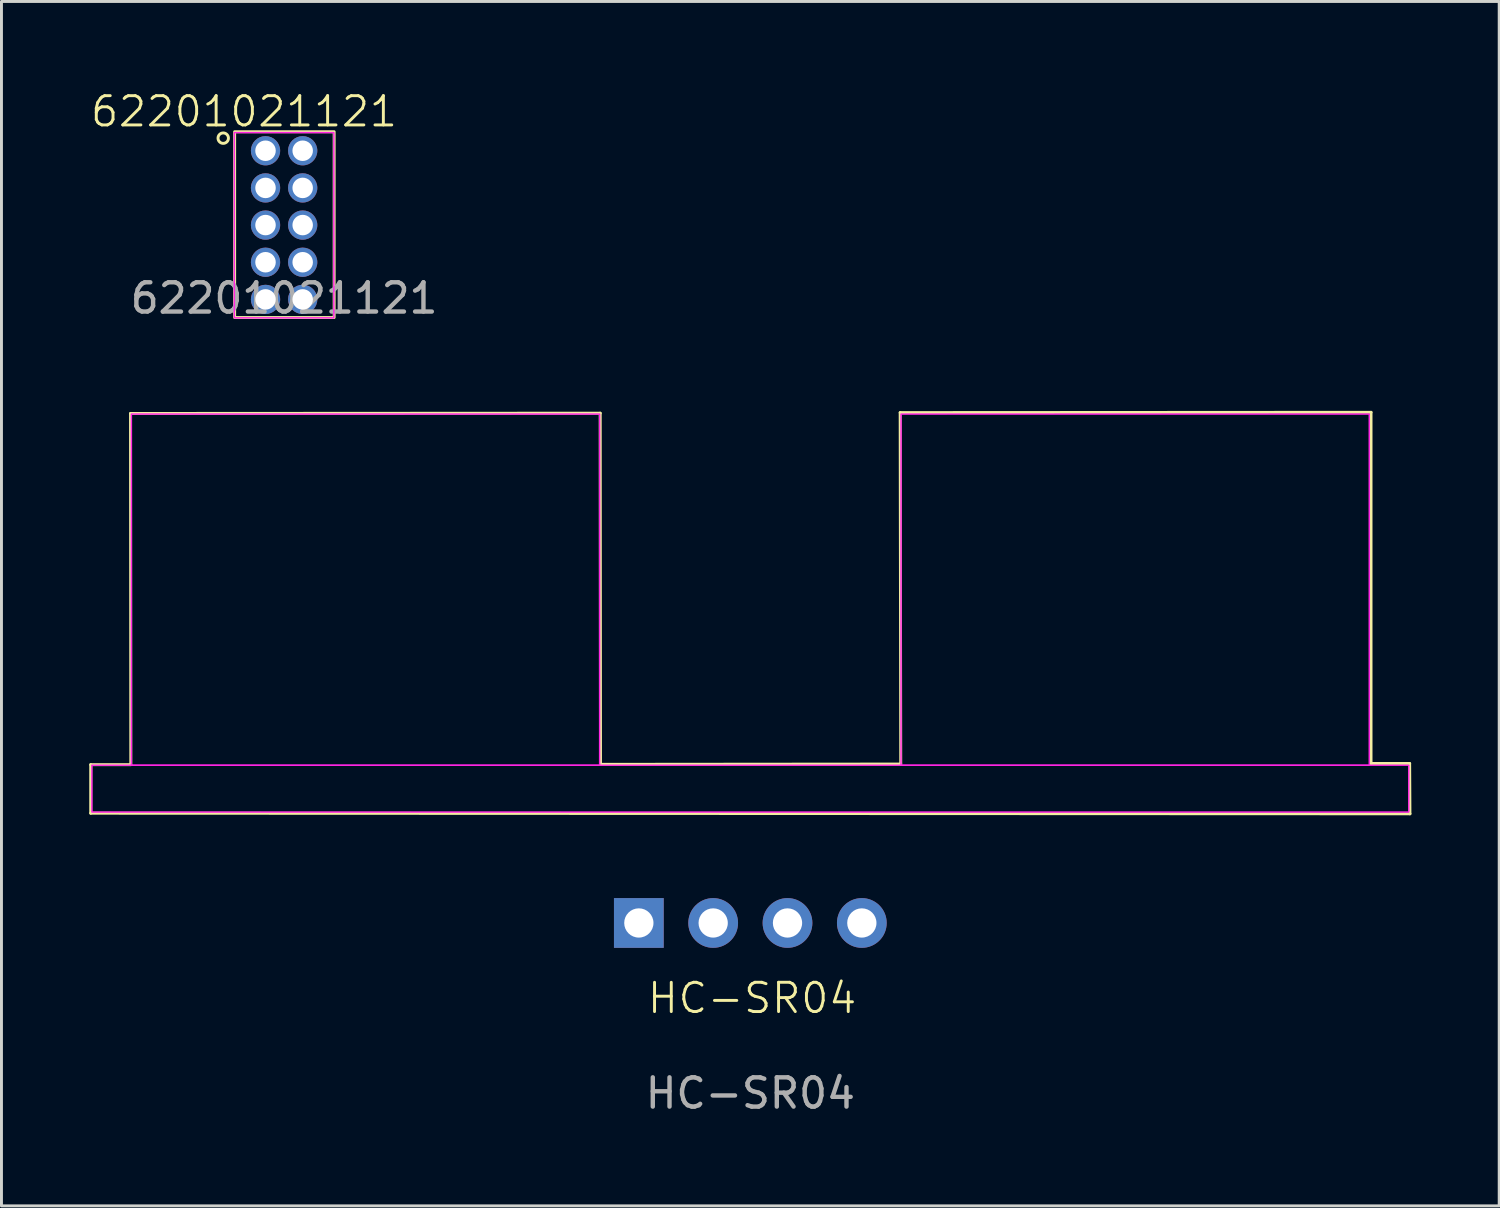
<source format=kicad_pcb>
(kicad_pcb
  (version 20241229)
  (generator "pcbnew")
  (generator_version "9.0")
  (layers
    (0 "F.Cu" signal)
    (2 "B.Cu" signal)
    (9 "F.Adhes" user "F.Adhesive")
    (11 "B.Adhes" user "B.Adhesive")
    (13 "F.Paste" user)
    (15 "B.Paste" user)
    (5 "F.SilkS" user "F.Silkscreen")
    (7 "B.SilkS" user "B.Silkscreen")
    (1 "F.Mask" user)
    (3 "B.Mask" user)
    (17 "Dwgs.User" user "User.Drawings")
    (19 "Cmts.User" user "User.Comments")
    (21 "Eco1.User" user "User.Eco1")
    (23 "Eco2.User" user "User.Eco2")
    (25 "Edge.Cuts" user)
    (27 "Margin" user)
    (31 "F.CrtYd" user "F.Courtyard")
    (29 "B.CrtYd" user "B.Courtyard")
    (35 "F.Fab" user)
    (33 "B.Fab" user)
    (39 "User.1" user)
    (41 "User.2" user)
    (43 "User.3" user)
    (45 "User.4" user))
  (footprint "62201021121"
    (layer "F.Cu")
    (at 6.658 4.641)
    (property "Reference" "62201021121" (at -1.37 -3.88 0) (unlocked yes) (layer "F.SilkS") (effects (font (size 1 1) (thickness 0.1))))
    (attr through_hole)
    (fp_rect (start -1.69 -3.19) (end 1.71 3.16) (stroke (width 0.1) (type default)) (fill no) (layer "F.SilkS"))
    (fp_circle (center -2.08 -2.97) (end -1.97 -2.83) (stroke (width 0.1) (type default)) (fill no) (layer "F.SilkS"))
    (fp_rect (start -1.7 -3.16) (end 1.7 3.17) (stroke (width 0.05) (type solid)) (fill no) (layer "F.CrtYd"))
    (fp_text user "${REFERENCE}" (at 0 2.5 0) (unlocked yes) (layer "F.Fab") (effects (font (size 1 1) (thickness 0.15))))
    (pad "1" thru_hole circle (at -0.635 -2.54) (size 1 1) (drill 0.7) (layers "*.Cu" "*.Mask"))
    (pad "2" thru_hole circle (at 0.635 -2.54) (size 1 1) (drill 0.7) (layers "*.Cu" "*.Mask"))
    (pad "3" thru_hole circle (at -0.635 -1.27) (size 1 1) (drill 0.7) (layers "*.Cu" "*.Mask"))
    (pad "4" thru_hole circle (at 0.635 -1.27) (size 1 1) (drill 0.7) (layers "*.Cu" "*.Mask"))
    (pad "5" thru_hole circle (at -0.635 0) (size 1 1) (drill 0.7) (layers "*.Cu" "*.Mask"))
    (pad "6" thru_hole circle (at 0.635 0) (size 1 1) (drill 0.7) (layers "*.Cu" "*.Mask"))
    (pad "7" thru_hole circle (at -0.635 1.27) (size 1 1) (drill 0.7) (layers "*.Cu" "*.Mask"))
    (pad "8" thru_hole circle (at 0.635 1.27) (size 1 1) (drill 0.7) (layers "*.Cu" "*.Mask"))
    (pad "9" thru_hole circle (at -0.635 2.54) (size 1 1) (drill 0.7) (layers "*.Cu" "*.Mask"))
    (pad "10" thru_hole circle (at 0.635 2.54) (size 1 1) (drill 0.7) (layers "*.Cu" "*.Mask")))
  (footprint "HC-SR04"
    (layer "F.Cu")
    (at 22.59 28.489)
    (property "Reference" "HC-SR04" (at 0.06 2.57 0) (unlocked yes) (layer "F.SilkS") (effects (font (size 1 1) (thickness 0.1))))
    (attr through_hole)
    (fp_line (start -22.54 -5.41) (end -22.54 -3.75) (stroke (width 0.1) (type default)) (layer "F.SilkS"))
    (fp_line (start -22.54 -3.75) (end 22.54 -3.73) (stroke (width 0.1) (type default)) (layer "F.SilkS"))
    (fp_line (start -21.18 -17.41) (end -21.17 -5.41) (stroke (width 0.1) (type default)) (layer "F.SilkS"))
    (fp_line (start -21.17 -5.41) (end -22.54 -5.41) (stroke (width 0.1) (type default)) (layer "F.SilkS"))
    (fp_line (start -5.13 -17.42) (end -21.18 -17.41) (stroke (width 0.1) (type default)) (layer "F.SilkS"))
    (fp_line (start -5.12 -5.42) (end -5.13 -17.42) (stroke (width 0.1) (type default)) (layer "F.SilkS"))
    (fp_line (start 5.12 -17.44) (end 5.14 -5.43) (stroke (width 0.1) (type default)) (layer "F.SilkS"))
    (fp_line (start 5.14 -5.43) (end -5.12 -5.42) (stroke (width 0.1) (type default)) (layer "F.SilkS"))
    (fp_line (start 21.21 -17.45) (end 5.12 -17.44) (stroke (width 0.1) (type default)) (layer "F.SilkS"))
    (fp_line (start 21.21 -5.45) (end 21.21 -17.45) (stroke (width 0.1) (type default)) (layer "F.SilkS"))
    (fp_line (start 22.53 -5.45) (end 21.21 -5.45) (stroke (width 0.1) (type default)) (layer "F.SilkS"))
    (fp_line (start 22.54 -3.73) (end 22.53 -5.45) (stroke (width 0.1) (type default)) (layer "F.SilkS"))
    (fp_rect (start -22.5 -5.39) (end 22.5 -3.79) (stroke (width 0.05) (type solid)) (fill no) (layer "F.CrtYd"))
    (fp_rect (start -21.15 -17.39) (end -5.15 -5.39) (stroke (width 0.05) (type solid)) (fill no) (layer "F.CrtYd"))
    (fp_rect (start 21.15 -17.39) (end 5.15 -5.39) (stroke (width 0.05) (type solid)) (fill no) (layer "F.CrtYd"))
    (fp_text user "${REFERENCE}" (at 0 5.82 0) (unlocked yes) (layer "F.Fab") (effects (font (size 1 1) (thickness 0.15))))
    (pad "1" thru_hole rect (at -3.81 0 90) (size 1.7 1.7) (drill 1) (layers "*.Cu" "*.Mask"))
    (pad "2" thru_hole oval (at -1.27 0 90) (size 1.7 1.7) (drill 1) (layers "*.Cu" "*.Mask"))
    (pad "3" thru_hole oval (at 1.27 0 90) (size 1.7 1.7) (drill 1) (layers "*.Cu" "*.Mask"))
    (pad "4" thru_hole oval (at 3.81 0 90) (size 1.7 1.7) (drill 1) (layers "*.Cu" "*.Mask")))
  (gr_rect
    (start -3 -3)
    (end 48.18 38.157)
    (stroke (width 0.1) (type default))
    (fill no)
    (layer "Edge.Cuts")))
</source>
